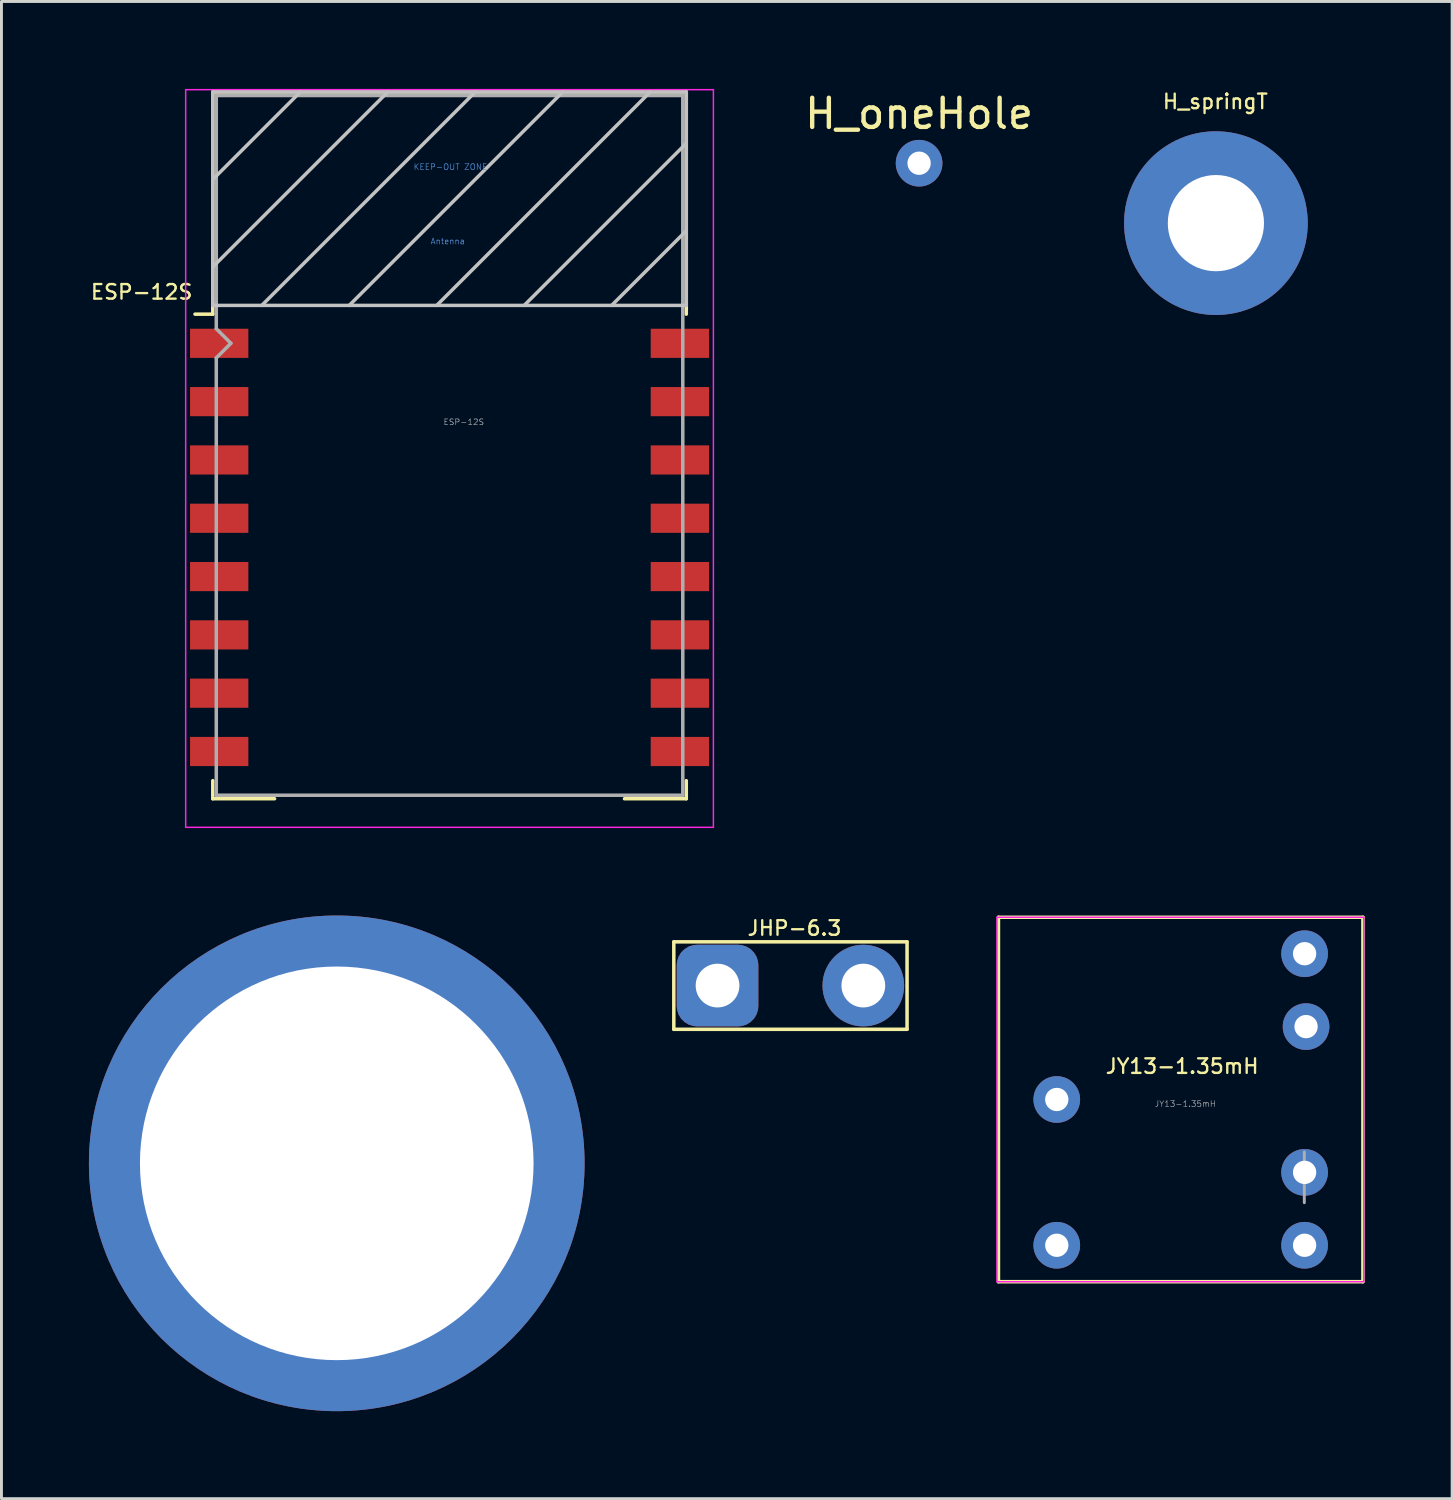
<source format=kicad_pcb>
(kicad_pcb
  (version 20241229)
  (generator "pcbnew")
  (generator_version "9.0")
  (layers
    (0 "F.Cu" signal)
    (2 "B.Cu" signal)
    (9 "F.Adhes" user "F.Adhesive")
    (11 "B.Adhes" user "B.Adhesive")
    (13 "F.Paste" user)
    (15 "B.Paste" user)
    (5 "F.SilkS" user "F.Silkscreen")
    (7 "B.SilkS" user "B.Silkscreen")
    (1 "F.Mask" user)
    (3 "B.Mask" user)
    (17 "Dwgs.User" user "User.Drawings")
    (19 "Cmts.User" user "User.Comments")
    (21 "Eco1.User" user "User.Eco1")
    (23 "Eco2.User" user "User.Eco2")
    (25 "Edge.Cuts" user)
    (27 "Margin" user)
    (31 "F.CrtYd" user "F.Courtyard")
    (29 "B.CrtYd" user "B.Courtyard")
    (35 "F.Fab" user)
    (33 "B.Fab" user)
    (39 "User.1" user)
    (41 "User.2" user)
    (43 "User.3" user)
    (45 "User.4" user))
  (footprint "ESP-12S"
    (layer "F.Cu")
    (at 12.368 12.225)
    (property "Reference" "ESP-12S" (at -10.56 -5.26 0) (layer "F.SilkS") (effects (font (size 0.5 0.5) (thickness 0.08))))
    (attr smd)
    (fp_line (start -8.12 -12.12) (end 8.12 -12.12) (stroke (width 0.12) (type solid)) (layer "F.SilkS"))
    (fp_line (start -8.12 -4.5) (end -8.73 -4.5) (stroke (width 0.12) (type solid)) (layer "F.SilkS"))
    (fp_line (start -8.12 -4.5) (end -8.12 -12.12) (stroke (width 0.12) (type solid)) (layer "F.SilkS"))
    (fp_line (start -8.12 12.12) (end -8.12 11.5) (stroke (width 0.12) (type solid)) (layer "F.SilkS"))
    (fp_line (start -6 12.12) (end -8.12 12.12) (stroke (width 0.12) (type solid)) (layer "F.SilkS"))
    (fp_line (start 8.12 -12.12) (end 8.12 -4.5) (stroke (width 0.12) (type solid)) (layer "F.SilkS"))
    (fp_line (start 8.12 11.5) (end 8.12 12.12) (stroke (width 0.12) (type solid)) (layer "F.SilkS"))
    (fp_line (start 8.12 12.12) (end 6 12.12) (stroke (width 0.12) (type solid)) (layer "F.SilkS"))
    (fp_line (start -8.12 -12.12) (end 8.12 -12.12) (stroke (width 0.12) (type solid)) (layer "Dwgs.User"))
    (fp_line (start -8.12 -9.12) (end -5.12 -12.12) (stroke (width 0.12) (type solid)) (layer "Dwgs.User"))
    (fp_line (start -8.12 -6.12) (end -2.12 -12.12) (stroke (width 0.12) (type solid)) (layer "Dwgs.User"))
    (fp_line (start -8.12 -4.8) (end -8.12 -12.12) (stroke (width 0.12) (type solid)) (layer "Dwgs.User"))
    (fp_line (start -6.44 -4.8) (end 0.88 -12.12) (stroke (width 0.12) (type solid)) (layer "Dwgs.User"))
    (fp_line (start -3.44 -4.8) (end 3.88 -12.12) (stroke (width 0.12) (type solid)) (layer "Dwgs.User"))
    (fp_line (start -0.44 -4.8) (end 6.88 -12.12) (stroke (width 0.12) (type solid)) (layer "Dwgs.User"))
    (fp_line (start 2.56 -4.8) (end 8.12 -10.36) (stroke (width 0.12) (type solid)) (layer "Dwgs.User"))
    (fp_line (start 5.56 -4.8) (end 8.12 -7.36) (stroke (width 0.12) (type solid)) (layer "Dwgs.User"))
    (fp_line (start 8.12 -12.12) (end 8.12 -4.8) (stroke (width 0.12) (type solid)) (layer "Dwgs.User"))
    (fp_line (start 8.12 -4.8) (end -8.12 -4.8) (stroke (width 0.12) (type solid)) (layer "Dwgs.User"))
    (fp_line (start -9.05 -12.2) (end 9.05 -12.2) (stroke (width 0.05) (type solid)) (layer "F.CrtYd"))
    (fp_line (start -9.05 13.1) (end -9.05 -12.2) (stroke (width 0.05) (type solid)) (layer "F.CrtYd"))
    (fp_line (start 9.05 -12.2) (end 9.05 13.1) (stroke (width 0.05) (type solid)) (layer "F.CrtYd"))
    (fp_line (start 9.05 13.1) (end -9.05 13.1) (stroke (width 0.05) (type solid)) (layer "F.CrtYd"))
    (fp_line (start -8 -12) (end 8 -12) (stroke (width 0.12) (type solid)) (layer "F.Fab"))
    (fp_line (start -8 -4) (end -8 -12) (stroke (width 0.12) (type solid)) (layer "F.Fab"))
    (fp_line (start -8 -3) (end -7.5 -3.5) (stroke (width 0.12) (type solid)) (layer "F.Fab"))
    (fp_line (start -8 12) (end -8 -3) (stroke (width 0.12) (type solid)) (layer "F.Fab"))
    (fp_line (start -7.5 -3.5) (end -8 -4) (stroke (width 0.12) (type solid)) (layer "F.Fab"))
    (fp_line (start 8 -12) (end 8 12) (stroke (width 0.12) (type solid)) (layer "F.Fab"))
    (fp_line (start 8 12) (end -8 12) (stroke (width 0.12) (type solid)) (layer "F.Fab"))
    (fp_text user "Antenna" (at -0.06 -7 180) (layer "Cmts.User") (effects (font (size 0.2 0.2) (thickness 0.02))))
    (fp_text user "KEEP-OUT ZONE" (at 0.03 -9.55 180) (layer "Cmts.User") (effects (font (size 0.2 0.2) (thickness 0.02))))
    (fp_text user "${REFERENCE}" (at 0.49 -0.8 0) (layer "F.Fab") (effects (font (size 0.2 0.2) (thickness 0.02))))
    (pad "1" smd rect (at -7.9 -3.5) (size 2 1) (layers "F.Cu" "F.Mask" "F.Paste"))
    (pad "2" smd rect (at -7.9 -1.5) (size 2 1) (layers "F.Cu" "F.Mask" "F.Paste"))
    (pad "3" smd rect (at -7.9 0.5) (size 2 1) (layers "F.Cu" "F.Mask" "F.Paste"))
    (pad "4" smd rect (at -7.9 2.5) (size 2 1) (layers "F.Cu" "F.Mask" "F.Paste"))
    (pad "5" smd rect (at -7.9 4.5) (size 2 1) (layers "F.Cu" "F.Mask" "F.Paste"))
    (pad "6" smd rect (at -7.9 6.5) (size 2 1) (layers "F.Cu" "F.Mask" "F.Paste"))
    (pad "7" smd rect (at -7.9 8.5) (size 2 1) (layers "F.Cu" "F.Mask" "F.Paste"))
    (pad "8" smd rect (at -7.9 10.5) (size 2 1) (layers "F.Cu" "F.Mask" "F.Paste"))
    (pad "9" smd rect (at 7.9 10.5) (size 2 1) (layers "F.Cu" "F.Mask" "F.Paste"))
    (pad "10" smd rect (at 7.9 8.5) (size 2 1) (layers "F.Cu" "F.Mask" "F.Paste"))
    (pad "11" smd rect (at 7.9 6.5) (size 2 1) (layers "F.Cu" "F.Mask" "F.Paste"))
    (pad "12" smd rect (at 7.9 4.5) (size 2 1) (layers "F.Cu" "F.Mask" "F.Paste"))
    (pad "13" smd rect (at 7.9 2.5) (size 2 1) (layers "F.Cu" "F.Mask" "F.Paste"))
    (pad "14" smd rect (at 7.9 0.5) (size 2 1) (layers "F.Cu" "F.Mask" "F.Paste"))
    (pad "15" smd rect (at 7.9 -1.5) (size 2 1) (layers "F.Cu" "F.Mask" "F.Paste"))
    (pad "16" smd rect (at 7.9 -3.5) (size 2 1) (layers "F.Cu" "F.Mask" "F.Paste")))
  (footprint "H_springT"
    (layer "F.Cu")
    (at 38.653 4.603)
    (property "Reference" "H_springT" (at -0.02 -4.17 0) (layer "F.SilkS") (effects (font (size 0.5 0.5) (thickness 0.08))))
    (attr through_hole)
    (pad "1" thru_hole circle (at 0 0) (size 6.3 6.3) (drill 3.3) (layers "*.Cu" "*.Mask")))
  (footprint "JY13-1.35mH"
    (layer "F.Cu")
    (at 41.695 39.66)
    (property "Reference" "JY13-1.35mH" (at -4.2 -6.14 180) (layer "F.SilkS") (effects (font (size 0.5 0.5) (thickness 0.08))))
    (attr through_hole)
    (fp_line (start -10.5 -11.25) (end 2 -11.25) (stroke (width 0.12) (type solid)) (layer "F.SilkS"))
    (fp_line (start -10.5 1.25) (end -10.5 -11.25) (stroke (width 0.12) (type solid)) (layer "F.SilkS"))
    (fp_line (start -10.5 1.25) (end 2 1.25) (stroke (width 0.12) (type solid)) (layer "F.SilkS"))
    (fp_line (start 2 1.25) (end 2 -11.25) (stroke (width 0.12) (type solid)) (layer "F.SilkS"))
    (fp_line (start -10.55 1.25) (end -10.55 -11.25) (stroke (width 0.05) (type solid)) (layer "F.CrtYd"))
    (fp_line (start -10.54 -11.25) (end 2.03 -11.25) (stroke (width 0.05) (type solid)) (layer "F.CrtYd"))
    (fp_line (start 2.03 -11.25) (end 2.03 1.24) (stroke (width 0.05) (type solid)) (layer "F.CrtYd"))
    (fp_line (start 2.03 1.25) (end -10.55 1.25) (stroke (width 0.05) (type solid)) (layer "F.CrtYd"))
    (fp_line (start -0.01 -1.46) (end -0.01 -3.2) (stroke (width 0.1) (type solid)) (layer "F.Fab"))
    (fp_text user "${REFERENCE}" (at -4.09 -4.85 0) (layer "F.Fab") (effects (font (size 0.2 0.2) (thickness 0.02))))
    (pad "1" thru_hole oval (at 0 -10 180) (size 1.6 1.6) (drill 0.8) (layers "*.Cu" "*.Mask"))
    (pad "2" thru_hole oval (at 0.05 -7.5 180) (size 1.6 1.6) (drill 0.8) (layers "*.Cu" "*.Mask"))
    (pad "4" thru_hole oval (at 0 -2.5 180) (size 1.6 1.6) (drill 0.8) (layers "*.Cu" "*.Mask"))
    (pad "5" thru_hole oval (at 0 0 180) (size 1.6 1.6) (drill 0.8) (layers "*.Cu" "*.Mask"))
    (pad "8" thru_hole oval (at -8.5 0 180) (size 1.6 1.6) (drill 0.8) (layers "*.Cu" "*.Mask"))
    (pad "10" thru_hole oval (at -8.5 -5 180) (size 1.6 1.6) (drill 0.8) (layers "*.Cu" "*.Mask")))
  (footprint "H_oneHole"
    (layer "F.Cu")
    (at 28.473 2.548)
    (property "Reference" "H_oneHole" (at 0 -1.7 0) (layer "F.SilkS") (effects (font (size 1 1) (thickness 0.15))))
    (attr through_hole)
    (pad "1" thru_hole circle (at 0 0) (size 1.6 1.6) (drill 0.8) (layers "*.Cu" "*.Mask")))
  (footprint "H_thMotor"
    (layer "F.Cu")
    (at 8.5 36.85)
    (property "Reference" "H_thMotor" (at 0 -1.7 0) (layer "F.SilkS") (effects (font (size 1 1) (thickness 0.15))))
    (attr through_hole)
    (pad "1" thru_hole circle (at 0 0) (size 17 17) (drill 13.5) (layers "*.Cu" "*.Mask")))
  (footprint "JHP-6.3"
    (layer "F.Cu")
    (at 24.06 30.753)
    (property "Reference" "JHP-6.3" (at 0.14 -1.97 0) (layer "F.SilkS") (effects (font (size 0.5 0.5) (thickness 0.08))))
    (attr through_hole)
    (fp_line (start -4 -1.5) (end -4 1.5) (stroke (width 0.12) (type solid)) (layer "F.SilkS"))
    (fp_line (start -4 1.5) (end 4 1.5) (stroke (width 0.12) (type solid)) (layer "F.SilkS"))
    (fp_line (start 4 -1.5) (end -4 -1.5) (stroke (width 0.12) (type solid)) (layer "F.SilkS"))
    (fp_line (start 4 1.5) (end 4 -1.5) (stroke (width 0.12) (type solid)) (layer "F.SilkS"))
    (pad "1" thru_hole roundrect (at -2.5 0 180) (size 2.8 2.8) (drill 1.5) (layers "*.Cu" "*.Mask") (roundrect_rratio 0.25))
    (pad "2" thru_hole oval (at 2.5 0 180) (size 2.8 2.8) (drill 1.5) (layers "*.Cu" "*.Mask")))
  (gr_rect
    (start -3 -3)
    (end 46.755 48.35)
    (stroke (width 0.1) (type default))
    (fill no)
    (layer "Edge.Cuts")))
</source>
